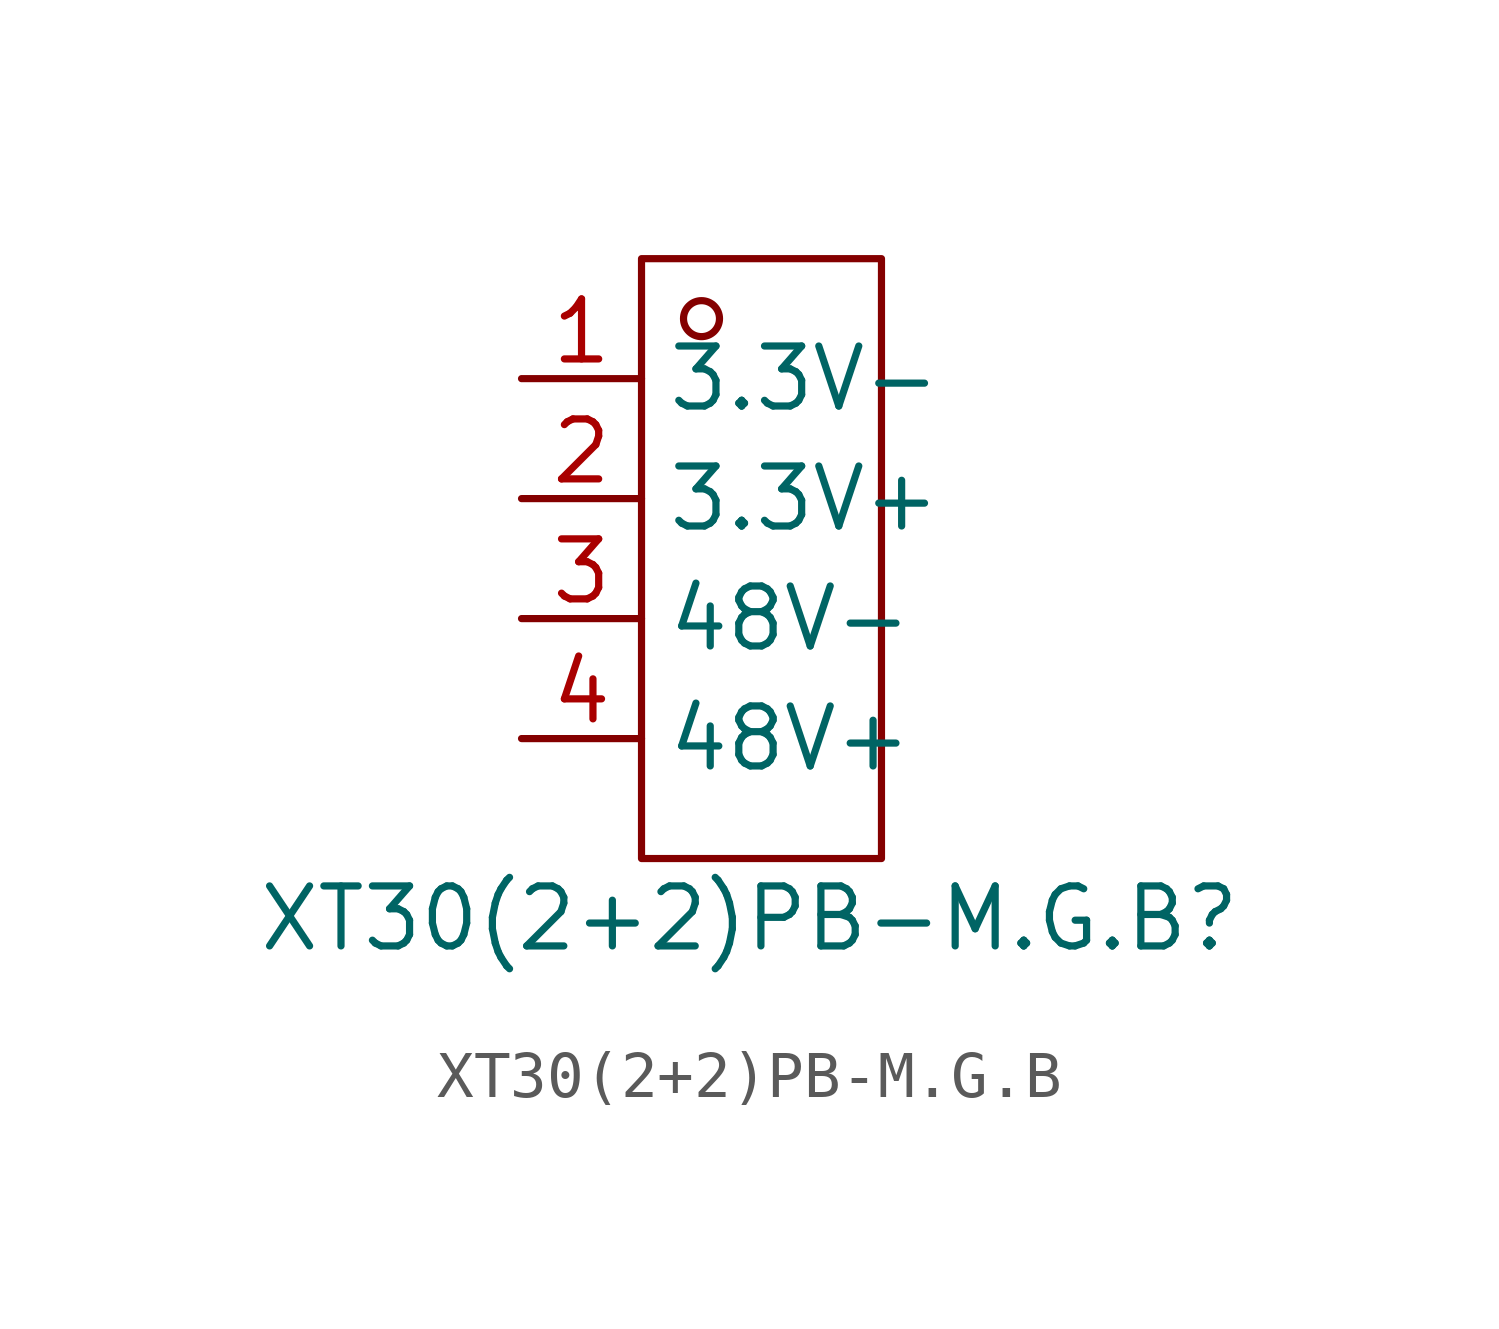
<source format=kicad_sym>
(kicad_symbol_lib
  (version 20231120)
  (generator "kicad_symbol_editor")
  (generator_version "8.0")
  (symbol "XT30(2+2)PB-M.G.B"
    (property "Reference" "XT30(2+2)PB-M.G.B"
      (at -0.254 -7.62 0)
      (effects (font (size 1.27 1.27))))
    (property "Value" ""
      (at 0 0 0)
      (effects (font (size 1.27 1.27))))
    (symbol "XT30(2+2)PB-M.G.B_1_0"
      (rectangle (start -2.54 6.35) (end 2.54 -6.35) (stroke (width 0) (type default)) (fill (type none)))
      (circle (center -1.27 5.08) (radius 0.381) (stroke (width 0) (type default)) (fill (type none)))
      (pin unspecified line (at -5.08 3.81 0) (length 2.54) (name "3.3V-" (effects (font (size 1.27 1.27)))) (number "1" (effects (font (size 1.27 1.27)))))
      (pin unspecified line (at -5.08 1.27 0) (length 2.54) (name "3.3V+" (effects (font (size 1.27 1.27)))) (number "2" (effects (font (size 1.27 1.27)))))
      (pin unspecified line (at -5.08 -1.27 0) (length 2.54) (name "48V-" (effects (font (size 1.27 1.27)))) (number "3" (effects (font (size 1.27 1.27)))))
      (pin unspecified line (at -5.08 -3.81 0) (length 2.54) (name "48V+" (effects (font (size 1.27 1.27)))) (number "4" (effects (font (size 1.27 1.27))))))))
</source>
